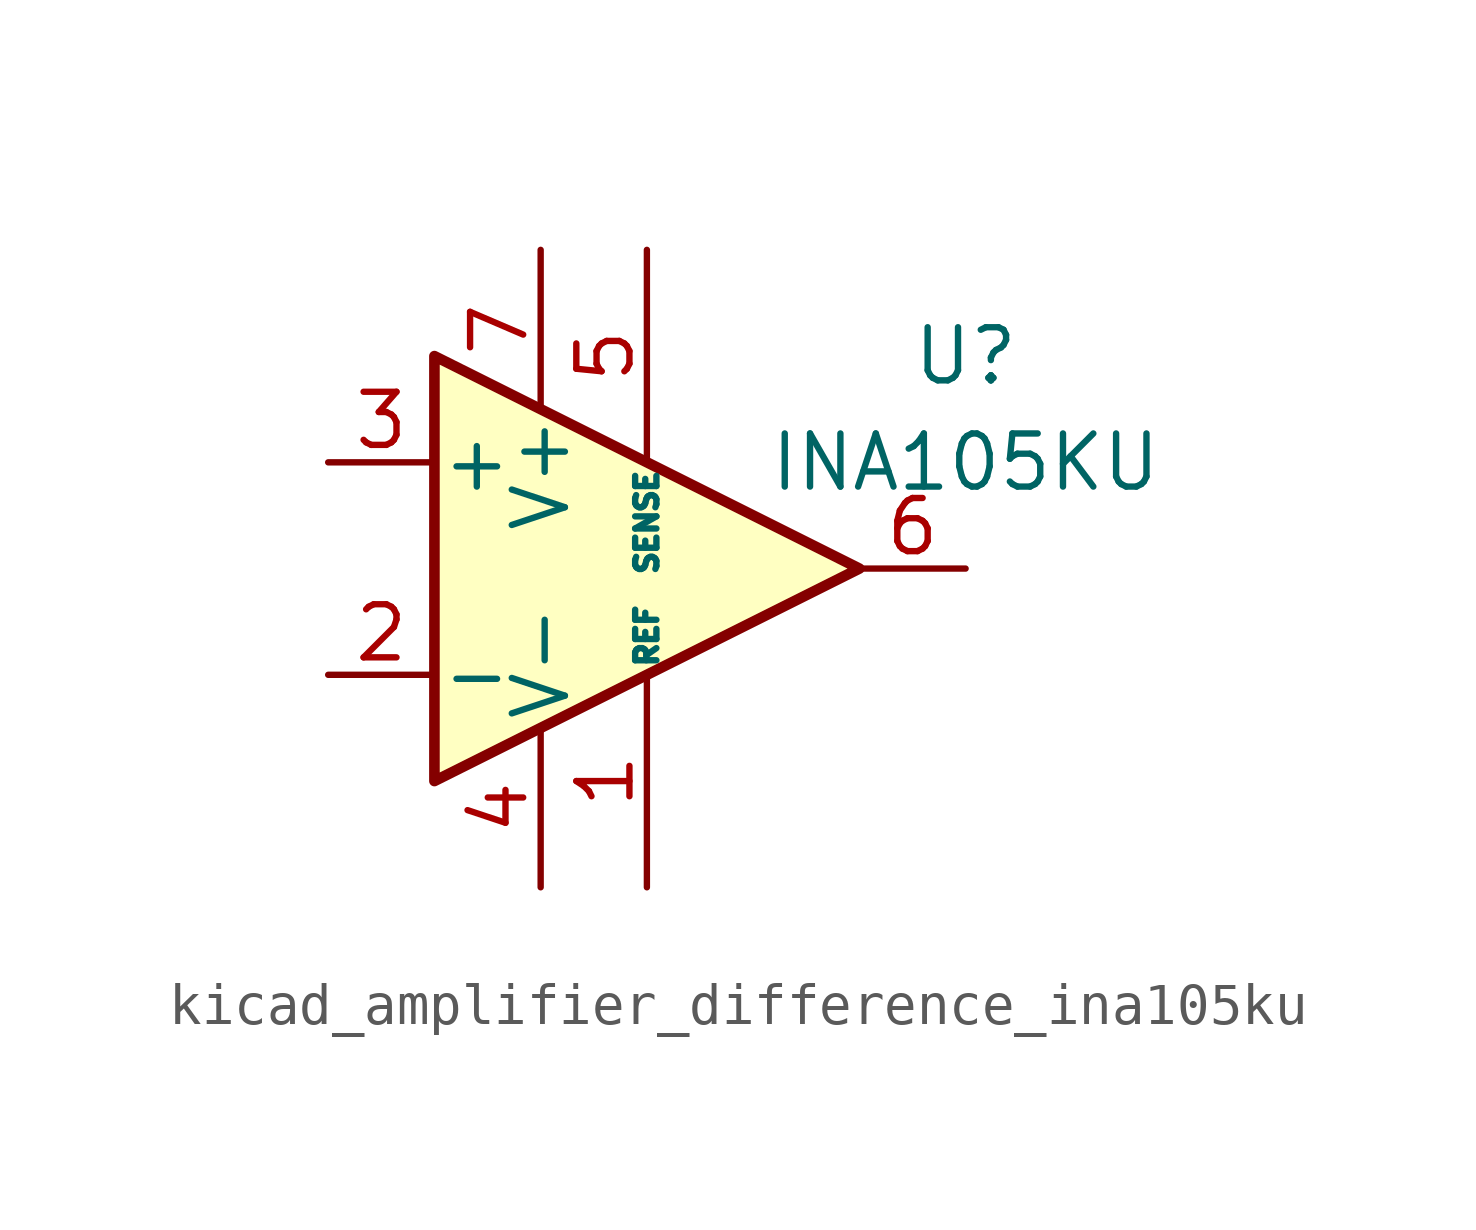
<source format=kicad_sym>
(kicad_symbol_lib
  (version 20220914)
  (generator kicad_symbol_editor)
  (symbol "kicad_amplifier_difference_ina105ku"
    (pin_names
      (offset 0.127))
    (property "Reference" "U"
      (at 7.62 5.08 0)
      (effects (font (size 1.27 1.27))))
    (property "Value" "INA105KU"
      (at 7.62 2.54 0)
      (effects (font (size 1.27 1.27))))
    (symbol "kicad_amplifier_difference_ina105ku_0_1"
      (polyline (pts (xy -5.08 5.08) (xy 5.08 0) (xy -5.08 -5.08) (xy -5.08 5.08)) (stroke (width 0.254) (type default)) (fill (type background))))
    (symbol "kicad_amplifier_difference_ina105ku_1_1"
      (pin passive line (at 0 -7.62 90) (length 5.08) (name "REF" (effects (font (size 0.508 0.508)))) (number "1" (effects (font (size 1.27 1.27)))))
      (pin passive line (at -7.62 -2.54 0) (length 2.54) (name "-" (effects (font (size 1.27 1.27)))) (number "2" (effects (font (size 1.27 1.27)))))
      (pin passive line (at -7.62 2.54 0) (length 2.54) (name "+" (effects (font (size 1.27 1.27)))) (number "3" (effects (font (size 1.27 1.27)))))
      (pin power_in line (at -2.54 -7.62 90) (length 3.81) (name "V-" (effects (font (size 1.27 1.27)))) (number "4" (effects (font (size 1.27 1.27)))))
      (pin passive line (at 0 7.62 270) (length 5.08) (name "SENSE" (effects (font (size 0.508 0.508)))) (number "5" (effects (font (size 1.27 1.27)))))
      (pin output line (at 7.62 0 180) (length 2.54) (name "~" (effects (font (size 1.27 1.27)))) (number "6" (effects (font (size 1.27 1.27)))))
      (pin power_in line (at -2.54 7.62 270) (length 3.81) (name "V+" (effects (font (size 1.27 1.27)))) (number "7" (effects (font (size 1.27 1.27)))))
      (pin no_connect line (at -5.08 0 0) (length 2.54) hide (name "~" (effects (font (size 1.27 1.27)))) (number "8" (effects (font (size 1.27 1.27))))))))
</source>
